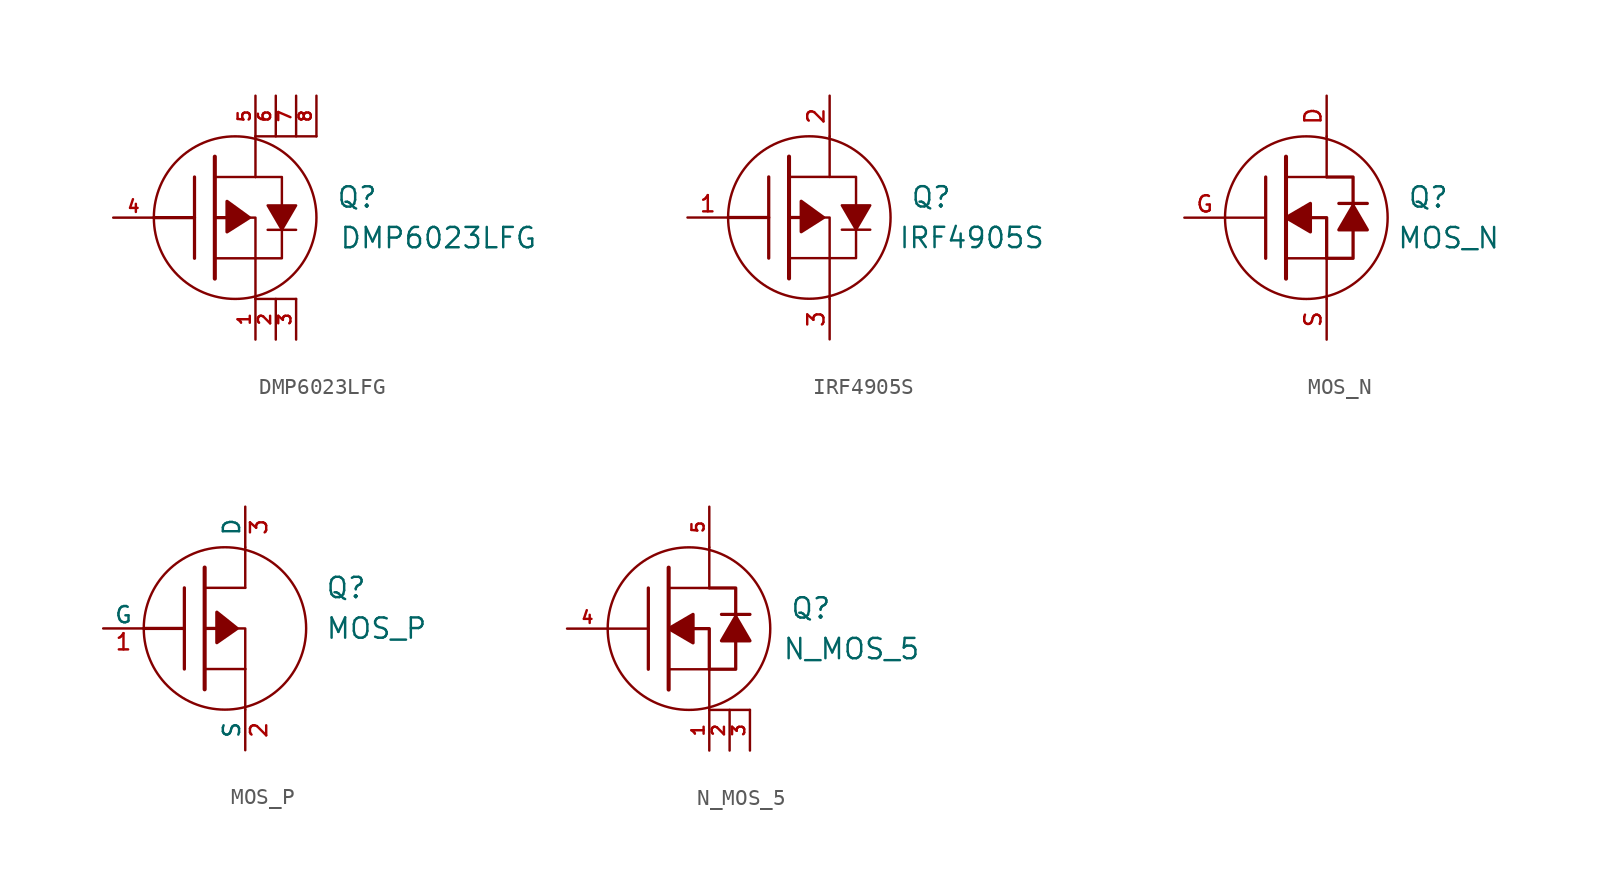
<source format=kicad_sym>
(kicad_symbol_lib
  (version 20211014)
  (generator kicad_symbol_editor)
  (symbol "DMP6023LFG"
    (pin_names
      (offset 1.016) hide)
    (property "Reference" "Q"
      (at 7.62 1.27 0)
      (effects (font (size 1.27 1.27))))
    (property "Value" "DMP6023LFG"
      (at 12.7 -1.27 0)
      (effects (font (size 1.27 1.27))))
    (symbol "DMP6023LFG_0_1"
      (polyline (pts (xy 5.08 5.08) (xy 1.27 5.08)) (stroke (width 0) (type default) (color 0 0 0 0)) (fill (type none)))
      (polyline (pts (xy 3.81 -5.08) (xy 2.54 -5.08) (xy 1.27 -5.08)) (stroke (width 0) (type default) (color 0 0 0 0)) (fill (type none))))
    (symbol "DMP6023LFG_1_1"
      (polyline (pts (xy -5.08 0) (xy -2.54 0)) (stroke (width 0.203) (type default) (color 0 0 0 0)) (fill (type none)))
      (polyline (pts (xy -2.54 -2.54) (xy -2.54 2.54)) (stroke (width 0.203) (type default) (color 0 0 0 0)) (fill (type none)))
      (polyline (pts (xy -1.27 -3.81) (xy -1.27 3.81)) (stroke (width 0.254) (type default) (color 0 0 0 0)) (fill (type none)))
      (polyline (pts (xy -0.508 0) (xy -1.27 0)) (stroke (width 0.203) (type default) (color 0 0 0 0)) (fill (type none)))
      (polyline (pts (xy 1.27 -2.54) (xy -1.27 -2.54)) (stroke (width 0) (type default) (color 0 0 0 0)) (fill (type none)))
      (polyline (pts (xy 1.27 -2.54) (xy 1.27 -5.08)) (stroke (width 0) (type default) (color 0 0 0 0)) (fill (type none)))
      (polyline (pts (xy 1.27 2.54) (xy -1.27 2.54)) (stroke (width 0) (type default) (color 0 0 0 0)) (fill (type none)))
      (polyline (pts (xy 1.27 5.08) (xy 1.27 2.54)) (stroke (width 0) (type default) (color 0 0 0 0)) (fill (type none)))
      (polyline (pts (xy 2.032 -0.762) (xy 3.81 -0.762)) (stroke (width 0) (type default) (color 0 0 0 0)) (fill (type none)))
      (polyline (pts (xy 0.762 0) (xy 1.27 0) (xy 1.27 -2.54)) (stroke (width 0) (type default) (color 0 0 0 0)) (fill (type none)))
      (polyline (pts (xy 1.27 2.54) (xy 2.921 2.54) (xy 2.921 -2.54) (xy 1.27 -2.54)) (stroke (width 0) (type default) (color 0 0 0 0)) (fill (type none)))
      (polyline (pts (xy -0.508 1.016) (xy -0.508 -0.889) (xy 0.889 0) (xy -0.508 1.016) (xy -0.508 1.016)) (stroke (width 0.203) (type default) (color 0 0 0 0)) (fill (type outline)))
      (polyline (pts (xy 2.286 0.762) (xy 3.81 0.762) (xy 2.921 -0.762) (xy 2.032 0.762) (xy 2.286 0.762)) (stroke (width 0) (type default) (color 0 0 0 0)) (fill (type outline)))
      (circle (center 0 0) (radius 5.08) (stroke (width 0) (type default) (color 0 0 0 0)) (fill (type none)))
      (pin passive line (at 1.27 -7.62 90) (length 2.54) (name "S" (effects (font (size 1.016 1.016)))) (number "1" (effects (font (size 0.762 0.762)))))
      (pin passive line (at 2.54 -7.62 90) (length 2.54) (name "S" (effects (font (size 1.016 1.016)))) (number "2" (effects (font (size 0.762 0.762)))))
      (pin passive line (at 3.81 -7.62 90) (length 2.54) (name "S" (effects (font (size 1.016 1.016)))) (number "3" (effects (font (size 0.762 0.762)))))
      (pin input line (at -7.62 0 0) (length 2.54) (name "G" (effects (font (size 1.016 1.016)))) (number "4" (effects (font (size 0.762 0.762)))))
      (pin passive line (at 1.27 7.62 270) (length 2.54) (name "D" (effects (font (size 1.016 1.016)))) (number "5" (effects (font (size 0.762 0.762)))))
      (pin passive line (at 2.54 7.62 270) (length 2.54) (name "D" (effects (font (size 1.016 1.016)))) (number "6" (effects (font (size 0.762 0.762)))))
      (pin passive line (at 3.81 7.62 270) (length 2.54) (name "D" (effects (font (size 1.016 1.016)))) (number "7" (effects (font (size 0.762 0.762)))))
      (pin passive line (at 5.08 7.62 270) (length 2.54) (name "D" (effects (font (size 1.016 1.016)))) (number "8" (effects (font (size 0.762 0.762)))))))
  (symbol "IRF4905S"
    (pin_names
      (offset 1.016) hide)
    (property "Reference" "Q"
      (at 7.62 1.27 0)
      (effects (font (size 1.27 1.27))))
    (property "Value" "IRF4905S"
      (at 10.16 -1.27 0)
      (effects (font (size 1.27 1.27))))
    (symbol "IRF4905S_0_1"
      (polyline (pts (xy 2.032 -0.762) (xy 3.81 -0.762)) (stroke (width 0) (type default) (color 0 0 0 0)) (fill (type none)))
      (polyline (pts (xy 1.27 2.54) (xy 2.921 2.54) (xy 2.921 -2.54) (xy 1.27 -2.54)) (stroke (width 0) (type default) (color 0 0 0 0)) (fill (type none)))
      (polyline (pts (xy 2.286 0.762) (xy 3.81 0.762) (xy 2.921 -0.762) (xy 2.032 0.762) (xy 2.286 0.762)) (stroke (width 0) (type default) (color 0 0 0 0)) (fill (type outline))))
    (symbol "IRF4905S_1_1"
      (polyline (pts (xy -5.08 0) (xy -2.54 0)) (stroke (width 0.203) (type default) (color 0 0 0 0)) (fill (type none)))
      (polyline (pts (xy -2.54 -2.54) (xy -2.54 2.54)) (stroke (width 0.203) (type default) (color 0 0 0 0)) (fill (type none)))
      (polyline (pts (xy -1.27 -3.81) (xy -1.27 3.81)) (stroke (width 0.254) (type default) (color 0 0 0 0)) (fill (type none)))
      (polyline (pts (xy -0.508 0) (xy -1.27 0)) (stroke (width 0.203) (type default) (color 0 0 0 0)) (fill (type none)))
      (polyline (pts (xy 1.27 -2.54) (xy -1.27 -2.54)) (stroke (width 0) (type default) (color 0 0 0 0)) (fill (type none)))
      (polyline (pts (xy 1.27 -2.54) (xy 1.27 -5.08)) (stroke (width 0) (type default) (color 0 0 0 0)) (fill (type none)))
      (polyline (pts (xy 1.27 2.54) (xy -1.27 2.54)) (stroke (width 0) (type default) (color 0 0 0 0)) (fill (type none)))
      (polyline (pts (xy 1.27 5.08) (xy 1.27 2.54)) (stroke (width 0) (type default) (color 0 0 0 0)) (fill (type none)))
      (polyline (pts (xy 0.762 0) (xy 1.27 0) (xy 1.27 -2.54)) (stroke (width 0) (type default) (color 0 0 0 0)) (fill (type none)))
      (polyline (pts (xy -0.508 1.016) (xy -0.508 -0.889) (xy 0.889 0) (xy -0.508 1.016) (xy -0.508 1.016)) (stroke (width 0.203) (type default) (color 0 0 0 0)) (fill (type outline)))
      (circle (center 0 0) (radius 5.08) (stroke (width 0) (type default) (color 0 0 0 0)) (fill (type none)))
      (pin input line (at -7.62 0 0) (length 2.54) (name "G" (effects (font (size 1.016 1.016)))) (number "1" (effects (font (size 1.016 1.016)))))
      (pin passive line (at 1.27 7.62 270) (length 2.54) (name "D" (effects (font (size 1.016 1.016)))) (number "2" (effects (font (size 1.016 1.016)))))
      (pin passive line (at 1.27 -7.62 90) (length 2.54) (name "S" (effects (font (size 1.016 1.016)))) (number "3" (effects (font (size 1.016 1.016)))))))
  (symbol "MOS_N"
    (pin_names
      (offset 1.016) hide)
    (property "Reference" "Q"
      (at 7.62 1.27 0)
      (effects (font (size 1.27 1.27))))
    (property "Value" "MOS_N"
      (at 8.89 -1.27 0)
      (effects (font (size 1.27 1.27))))
    (symbol "MOS_N_0_1"
      (circle (center 0 0) (radius 5.08) (stroke (width 0) (type default) (color 0 0 0 0)) (fill (type none))))
    (symbol "MOS_N_1_1"
      (polyline (pts (xy -5.08 0) (xy -2.54 0)) (stroke (width 0) (type default) (color 0 0 0 0)) (fill (type none)))
      (polyline (pts (xy -2.54 -2.54) (xy -2.54 2.54)) (stroke (width 0.203) (type default) (color 0 0 0 0)) (fill (type none)))
      (polyline (pts (xy -1.27 -3.81) (xy -1.27 3.81)) (stroke (width 0.254) (type default) (color 0 0 0 0)) (fill (type none)))
      (polyline (pts (xy 1.27 -5.08) (xy 1.27 -2.54)) (stroke (width 0) (type default) (color 0 0 0 0)) (fill (type none)))
      (polyline (pts (xy 1.27 -2.54) (xy -1.27 -2.54)) (stroke (width 0) (type default) (color 0 0 0 0)) (fill (type none)))
      (polyline (pts (xy 1.27 2.54) (xy -1.27 2.54)) (stroke (width 0) (type default) (color 0 0 0 0)) (fill (type none)))
      (polyline (pts (xy 1.27 5.08) (xy 1.27 2.54)) (stroke (width 0) (type default) (color 0 0 0 0)) (fill (type none)))
      (polyline (pts (xy 3.81 0.889) (xy 2.032 0.889)) (stroke (width 0.203) (type default) (color 0 0 0 0)) (fill (type none)))
      (polyline (pts (xy 1.27 -2.54) (xy 1.27 0) (xy 0 0)) (stroke (width 0.203) (type default) (color 0 0 0 0)) (fill (type none)))
      (polyline (pts (xy 0.254 0.889) (xy 0.254 -0.889) (xy -1.27 0) (xy 0.254 0.889)) (stroke (width 0.203) (type default) (color 0 0 0 0)) (fill (type outline)))
      (polyline (pts (xy 1.27 -2.54) (xy 2.921 -2.54) (xy 2.921 2.54) (xy 1.27 2.54)) (stroke (width 0.203) (type default) (color 0 0 0 0)) (fill (type none)))
      (polyline (pts (xy 2.032 -0.762) (xy 3.81 -0.762) (xy 2.921 0.762) (xy 2.032 -0.762)) (stroke (width 0.203) (type default) (color 0 0 0 0)) (fill (type outline)))
      (pin passive line (at 1.27 7.62 270) (length 2.54) (name "D" (effects (font (size 1.016 1.016)))) (number "D" (effects (font (size 1.016 1.016)))))
      (pin input line (at -7.62 0 0) (length 2.54) (name "G" (effects (font (size 1.016 1.016)))) (number "G" (effects (font (size 1.016 1.016)))))
      (pin passive line (at 1.27 -7.62 90) (length 2.54) (name "S" (effects (font (size 1.016 1.016)))) (number "S" (effects (font (size 1.016 1.016)))))))
  (symbol "MOS_P"
    (pin_names
      (offset 0))
    (property "Reference" "Q"
      (at 10.16 2.54 0)
      (effects (font (size 1.27 1.27)) (justify right)))
    (property "Value" "MOS_P"
      (at 13.97 0 0)
      (effects (font (size 1.27 1.27)) (justify right)))
    (property "Footprint" ""
      (at 0 0 0)
      (effects (font (size 1.524 1.524))))
    (property "Datasheet" ""
      (at 0 0 0)
      (effects (font (size 1.524 1.524))))
    (symbol "MOS_P_0_1"
      (polyline (pts (xy -3.81 0) (xy -1.27 0)) (stroke (width 0.203) (type default) (color 0 0 0 0)) (fill (type none)))
      (polyline (pts (xy -1.27 -2.54) (xy -1.27 2.54)) (stroke (width 0.203) (type default) (color 0 0 0 0)) (fill (type none)))
      (polyline (pts (xy 0 -3.81) (xy 0 3.81)) (stroke (width 0.254) (type default) (color 0 0 0 0)) (fill (type none)))
      (polyline (pts (xy 0.762 0) (xy 0 0)) (stroke (width 0.203) (type default) (color 0 0 0 0)) (fill (type none)))
      (polyline (pts (xy 2.54 -2.54) (xy 0 -2.54)) (stroke (width 0) (type default) (color 0 0 0 0)) (fill (type none)))
      (polyline (pts (xy 2.54 -2.54) (xy 2.54 -5.08)) (stroke (width 0) (type default) (color 0 0 0 0)) (fill (type none)))
      (polyline (pts (xy 2.54 2.54) (xy 0 2.54)) (stroke (width 0) (type default) (color 0 0 0 0)) (fill (type none)))
      (polyline (pts (xy 2.54 5.08) (xy 2.54 2.54)) (stroke (width 0) (type default) (color 0 0 0 0)) (fill (type none)))
      (polyline (pts (xy 2.032 0) (xy 2.54 0) (xy 2.54 -2.54)) (stroke (width 0) (type default) (color 0 0 0 0)) (fill (type none)))
      (polyline (pts (xy 0.762 1.016) (xy 0.762 -0.889) (xy 2.032 0) (xy 0.762 1.016) (xy 0.762 1.016)) (stroke (width 0.203) (type default) (color 0 0 0 0)) (fill (type outline)))
      (circle (center 1.27 0) (radius 5.08) (stroke (width 0) (type default) (color 0 0 0 0)) (fill (type none))))
    (symbol "MOS_P_1_1"
      (pin input line (at -6.35 0 0) (length 2.54) (name "G" (effects (font (size 1.016 1.016)))) (number "1" (effects (font (size 1.016 1.016)))))
      (pin passive line (at 2.54 -7.62 90) (length 2.54) (name "S" (effects (font (size 1.016 1.016)))) (number "2" (effects (font (size 1.016 1.016)))))
      (pin passive line (at 2.54 7.62 270) (length 2.54) (name "D" (effects (font (size 1.016 1.016)))) (number "3" (effects (font (size 1.016 1.016)))))))
  (symbol "N_MOS_5"
    (pin_names
      (offset 1.016) hide)
    (property "Reference" "Q"
      (at 7.62 1.27 0)
      (effects (font (size 1.27 1.27))))
    (property "Value" "N_MOS_5"
      (at 10.16 -1.27 0)
      (effects (font (size 1.27 1.27))))
    (symbol "N_MOS_5_0_1"
      (polyline (pts (xy 3.81 -5.08) (xy 1.27 -5.08)) (stroke (width 0) (type default) (color 0 0 0 0)) (fill (type none))))
    (symbol "N_MOS_5_1_1"
      (polyline (pts (xy -5.08 0) (xy -2.54 0)) (stroke (width 0) (type default) (color 0 0 0 0)) (fill (type none)))
      (polyline (pts (xy -2.54 -2.54) (xy -2.54 2.54)) (stroke (width 0.203) (type default) (color 0 0 0 0)) (fill (type none)))
      (polyline (pts (xy -1.27 -3.81) (xy -1.27 3.81)) (stroke (width 0.254) (type default) (color 0 0 0 0)) (fill (type none)))
      (polyline (pts (xy 1.27 -5.08) (xy 1.27 -2.54)) (stroke (width 0) (type default) (color 0 0 0 0)) (fill (type none)))
      (polyline (pts (xy 1.27 -2.54) (xy -1.27 -2.54)) (stroke (width 0) (type default) (color 0 0 0 0)) (fill (type none)))
      (polyline (pts (xy 1.27 2.54) (xy -1.27 2.54)) (stroke (width 0) (type default) (color 0 0 0 0)) (fill (type none)))
      (polyline (pts (xy 1.27 5.08) (xy 1.27 2.54)) (stroke (width 0) (type default) (color 0 0 0 0)) (fill (type none)))
      (polyline (pts (xy 3.81 0.889) (xy 2.032 0.889)) (stroke (width 0.203) (type default) (color 0 0 0 0)) (fill (type none)))
      (polyline (pts (xy 1.27 -2.54) (xy 1.27 0) (xy 0 0)) (stroke (width 0.203) (type default) (color 0 0 0 0)) (fill (type none)))
      (polyline (pts (xy 0.254 0.889) (xy 0.254 -0.889) (xy -1.27 0) (xy 0.254 0.889)) (stroke (width 0.203) (type default) (color 0 0 0 0)) (fill (type outline)))
      (polyline (pts (xy 1.27 -2.54) (xy 2.921 -2.54) (xy 2.921 2.54) (xy 1.27 2.54)) (stroke (width 0.203) (type default) (color 0 0 0 0)) (fill (type none)))
      (polyline (pts (xy 2.032 -0.762) (xy 3.81 -0.762) (xy 2.921 0.762) (xy 2.032 -0.762)) (stroke (width 0.203) (type default) (color 0 0 0 0)) (fill (type outline)))
      (circle (center 0 0) (radius 5.08) (stroke (width 0) (type default) (color 0 0 0 0)) (fill (type none)))
      (pin passive line (at 1.27 -7.62 90) (length 2.54) (name "S" (effects (font (size 1.016 1.016)))) (number "1" (effects (font (size 0.762 0.762)))))
      (pin passive line (at 2.54 -7.62 90) (length 2.54) (name "S" (effects (font (size 1.016 1.016)))) (number "2" (effects (font (size 0.762 0.762)))))
      (pin passive line (at 3.81 -7.62 90) (length 2.54) (name "S" (effects (font (size 1.016 1.016)))) (number "3" (effects (font (size 0.762 0.762)))))
      (pin input line (at -7.62 0 0) (length 2.54) (name "G" (effects (font (size 1.016 1.016)))) (number "4" (effects (font (size 0.762 0.762)))))
      (pin passive line (at 1.27 7.62 270) (length 2.54) (name "D" (effects (font (size 1.016 1.016)))) (number "5" (effects (font (size 0.762 0.762))))))))
</source>
